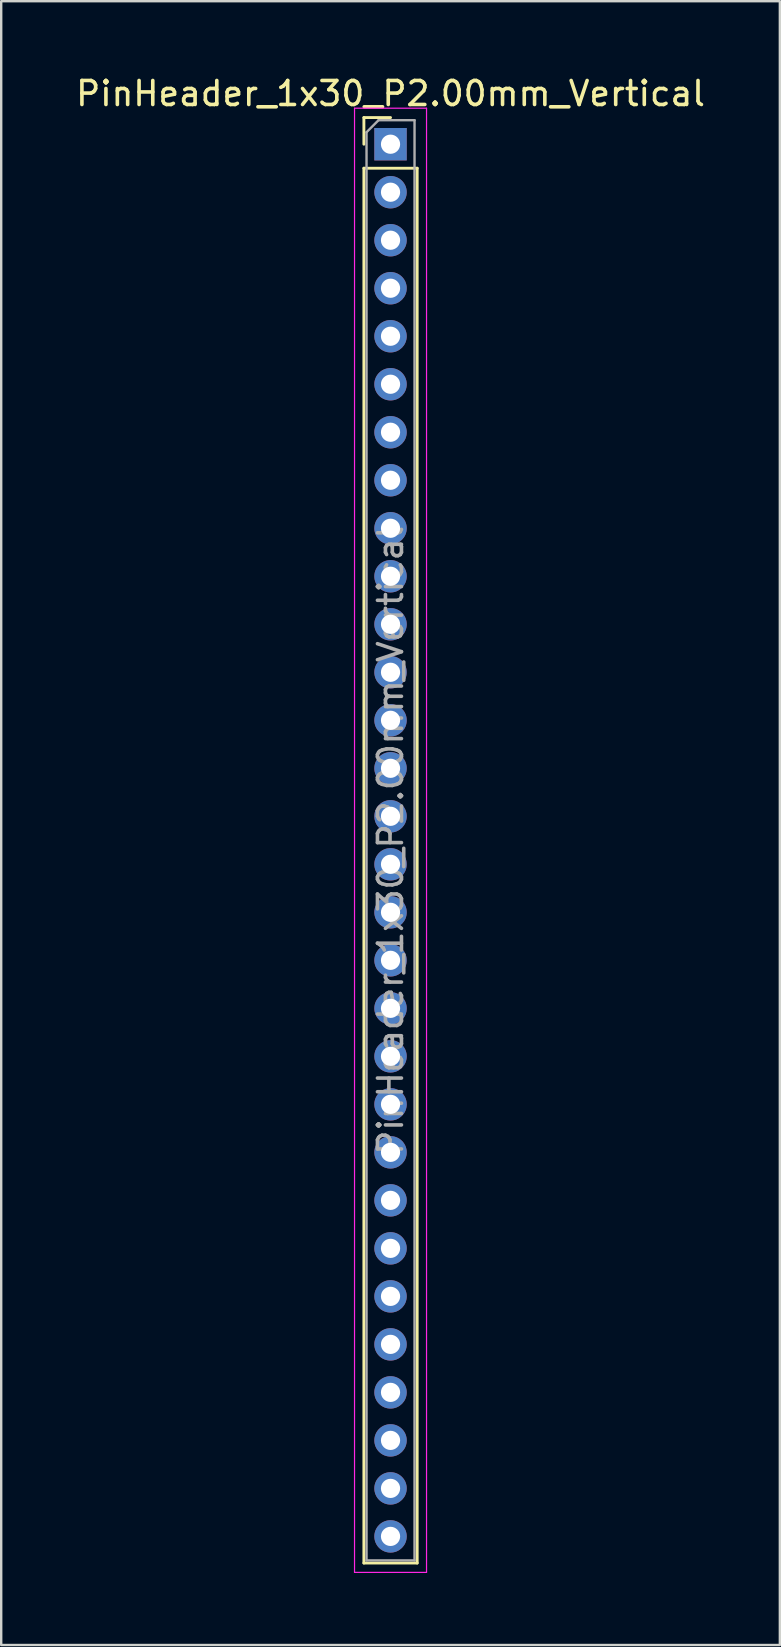
<source format=kicad_pcb>
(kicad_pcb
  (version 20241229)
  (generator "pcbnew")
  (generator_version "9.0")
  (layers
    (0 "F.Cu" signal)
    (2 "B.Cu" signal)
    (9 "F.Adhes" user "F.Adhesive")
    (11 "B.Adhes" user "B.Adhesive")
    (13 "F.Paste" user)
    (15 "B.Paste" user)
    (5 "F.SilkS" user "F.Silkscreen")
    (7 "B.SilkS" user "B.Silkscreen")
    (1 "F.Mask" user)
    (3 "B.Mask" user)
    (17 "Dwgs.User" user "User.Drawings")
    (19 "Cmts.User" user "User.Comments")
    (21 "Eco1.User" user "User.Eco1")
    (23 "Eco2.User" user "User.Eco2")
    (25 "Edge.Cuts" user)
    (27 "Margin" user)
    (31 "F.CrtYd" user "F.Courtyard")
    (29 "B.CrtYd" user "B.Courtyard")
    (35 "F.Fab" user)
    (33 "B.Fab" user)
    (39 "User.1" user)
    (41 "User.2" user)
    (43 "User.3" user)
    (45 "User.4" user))
  (footprint "PinHeader_1x30_P2.00mm_Vertical"
    (layer "F.Cu")
    (at 13.22 2.958)
    (property "Reference" "PinHeader_1x30_P2.00mm_Vertical" (at 0 -2.11 0) (layer "F.SilkS") (effects (font (size 1 1) (thickness 0.15))))
    (attr through_hole)
    (fp_line (start -1.11 -1.11) (end 0 -1.11) (stroke (width 0.12) (type solid)) (layer "F.SilkS"))
    (fp_line (start -1.11 0) (end -1.11 -1.11) (stroke (width 0.12) (type solid)) (layer "F.SilkS"))
    (fp_line (start -1.11 1) (end -1.11 59.11) (stroke (width 0.12) (type solid)) (layer "F.SilkS"))
    (fp_line (start -1.11 1) (end 1.11 1) (stroke (width 0.12) (type solid)) (layer "F.SilkS"))
    (fp_line (start -1.11 59.11) (end 1.11 59.11) (stroke (width 0.12) (type solid)) (layer "F.SilkS"))
    (fp_line (start 1.11 1) (end 1.11 59.11) (stroke (width 0.12) (type solid)) (layer "F.SilkS"))
    (fp_line (start -1.5 -1.5) (end -1.5 59.5) (stroke (width 0.05) (type solid)) (layer "F.CrtYd"))
    (fp_line (start -1.5 59.5) (end 1.5 59.5) (stroke (width 0.05) (type solid)) (layer "F.CrtYd"))
    (fp_line (start 1.5 -1.5) (end -1.5 -1.5) (stroke (width 0.05) (type solid)) (layer "F.CrtYd"))
    (fp_line (start 1.5 59.5) (end 1.5 -1.5) (stroke (width 0.05) (type solid)) (layer "F.CrtYd"))
    (fp_line (start -1 -0.5) (end -0.5 -1) (stroke (width 0.1) (type solid)) (layer "F.Fab"))
    (fp_line (start -1 59) (end -1 -0.5) (stroke (width 0.1) (type solid)) (layer "F.Fab"))
    (fp_line (start -0.5 -1) (end 1 -1) (stroke (width 0.1) (type solid)) (layer "F.Fab"))
    (fp_line (start 1 -1) (end 1 59) (stroke (width 0.1) (type solid)) (layer "F.Fab"))
    (fp_line (start 1 59) (end -1 59) (stroke (width 0.1) (type solid)) (layer "F.Fab"))
    (fp_text user "${REFERENCE}" (at 0 29 90) (layer "F.Fab") (effects (font (size 1 1) (thickness 0.15))))
    (pad "1" thru_hole rect (at 0 0) (size 1.35 1.35) (drill 0.8) (layers "*.Cu" "*.Mask"))
    (pad "2" thru_hole circle (at 0 2) (size 1.35 1.35) (drill 0.8) (layers "*.Cu" "*.Mask"))
    (pad "3" thru_hole circle (at 0 4) (size 1.35 1.35) (drill 0.8) (layers "*.Cu" "*.Mask"))
    (pad "4" thru_hole circle (at 0 6) (size 1.35 1.35) (drill 0.8) (layers "*.Cu" "*.Mask"))
    (pad "5" thru_hole circle (at 0 8) (size 1.35 1.35) (drill 0.8) (layers "*.Cu" "*.Mask"))
    (pad "6" thru_hole circle (at 0 10) (size 1.35 1.35) (drill 0.8) (layers "*.Cu" "*.Mask"))
    (pad "7" thru_hole circle (at 0 12) (size 1.35 1.35) (drill 0.8) (layers "*.Cu" "*.Mask"))
    (pad "8" thru_hole circle (at 0 14) (size 1.35 1.35) (drill 0.8) (layers "*.Cu" "*.Mask"))
    (pad "9" thru_hole circle (at 0 16) (size 1.35 1.35) (drill 0.8) (layers "*.Cu" "*.Mask"))
    (pad "10" thru_hole circle (at 0 18) (size 1.35 1.35) (drill 0.8) (layers "*.Cu" "*.Mask"))
    (pad "11" thru_hole circle (at 0 20) (size 1.35 1.35) (drill 0.8) (layers "*.Cu" "*.Mask"))
    (pad "12" thru_hole circle (at 0 22) (size 1.35 1.35) (drill 0.8) (layers "*.Cu" "*.Mask"))
    (pad "13" thru_hole circle (at 0 24) (size 1.35 1.35) (drill 0.8) (layers "*.Cu" "*.Mask"))
    (pad "14" thru_hole circle (at 0 26) (size 1.35 1.35) (drill 0.8) (layers "*.Cu" "*.Mask"))
    (pad "15" thru_hole circle (at 0 28) (size 1.35 1.35) (drill 0.8) (layers "*.Cu" "*.Mask"))
    (pad "16" thru_hole circle (at 0 30) (size 1.35 1.35) (drill 0.8) (layers "*.Cu" "*.Mask"))
    (pad "17" thru_hole circle (at 0 32) (size 1.35 1.35) (drill 0.8) (layers "*.Cu" "*.Mask"))
    (pad "18" thru_hole circle (at 0 34) (size 1.35 1.35) (drill 0.8) (layers "*.Cu" "*.Mask"))
    (pad "19" thru_hole circle (at 0 36) (size 1.35 1.35) (drill 0.8) (layers "*.Cu" "*.Mask"))
    (pad "20" thru_hole circle (at 0 38) (size 1.35 1.35) (drill 0.8) (layers "*.Cu" "*.Mask"))
    (pad "21" thru_hole circle (at 0 40) (size 1.35 1.35) (drill 0.8) (layers "*.Cu" "*.Mask"))
    (pad "22" thru_hole circle (at 0 42) (size 1.35 1.35) (drill 0.8) (layers "*.Cu" "*.Mask"))
    (pad "23" thru_hole circle (at 0 44) (size 1.35 1.35) (drill 0.8) (layers "*.Cu" "*.Mask"))
    (pad "24" thru_hole circle (at 0 46) (size 1.35 1.35) (drill 0.8) (layers "*.Cu" "*.Mask"))
    (pad "25" thru_hole circle (at 0 48) (size 1.35 1.35) (drill 0.8) (layers "*.Cu" "*.Mask"))
    (pad "26" thru_hole circle (at 0 50) (size 1.35 1.35) (drill 0.8) (layers "*.Cu" "*.Mask"))
    (pad "27" thru_hole circle (at 0 52) (size 1.35 1.35) (drill 0.8) (layers "*.Cu" "*.Mask"))
    (pad "28" thru_hole circle (at 0 54) (size 1.35 1.35) (drill 0.8) (layers "*.Cu" "*.Mask"))
    (pad "29" thru_hole circle (at 0 56) (size 1.35 1.35) (drill 0.8) (layers "*.Cu" "*.Mask"))
    (pad "30" thru_hole circle (at 0 58) (size 1.35 1.35) (drill 0.8) (layers "*.Cu" "*.Mask")))
  (gr_rect
    (start -3 -3)
    (end 29.44 65.483)
    (stroke (width 0.1) (type default))
    (fill no)
    (layer "Edge.Cuts")))
</source>
